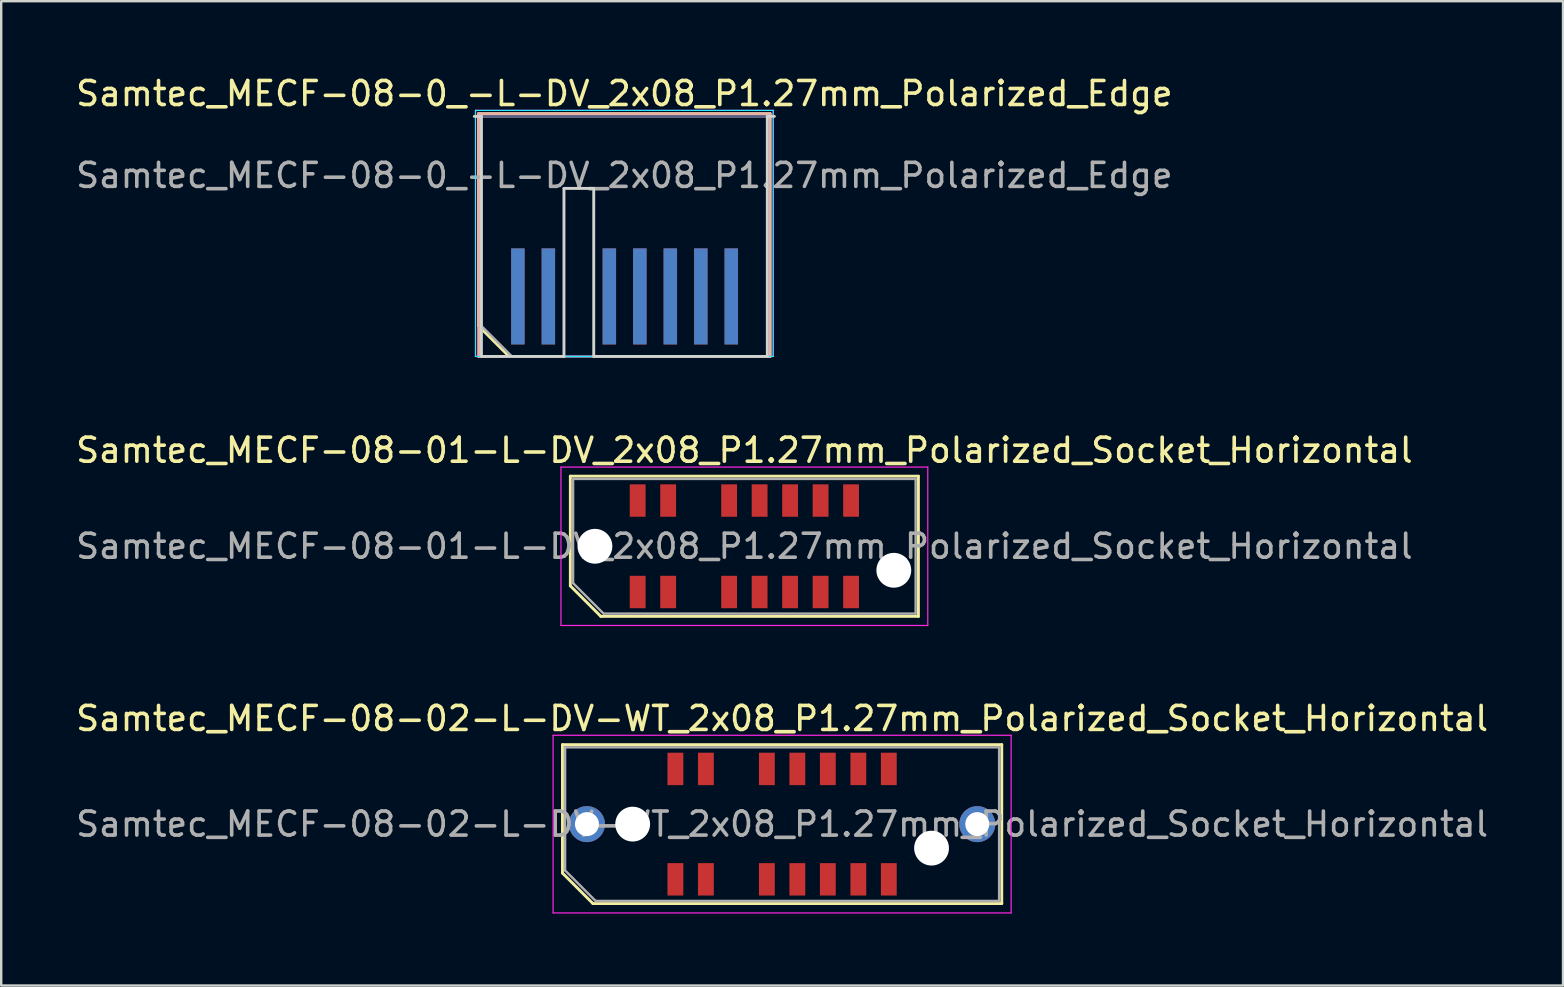
<source format=kicad_pcb>
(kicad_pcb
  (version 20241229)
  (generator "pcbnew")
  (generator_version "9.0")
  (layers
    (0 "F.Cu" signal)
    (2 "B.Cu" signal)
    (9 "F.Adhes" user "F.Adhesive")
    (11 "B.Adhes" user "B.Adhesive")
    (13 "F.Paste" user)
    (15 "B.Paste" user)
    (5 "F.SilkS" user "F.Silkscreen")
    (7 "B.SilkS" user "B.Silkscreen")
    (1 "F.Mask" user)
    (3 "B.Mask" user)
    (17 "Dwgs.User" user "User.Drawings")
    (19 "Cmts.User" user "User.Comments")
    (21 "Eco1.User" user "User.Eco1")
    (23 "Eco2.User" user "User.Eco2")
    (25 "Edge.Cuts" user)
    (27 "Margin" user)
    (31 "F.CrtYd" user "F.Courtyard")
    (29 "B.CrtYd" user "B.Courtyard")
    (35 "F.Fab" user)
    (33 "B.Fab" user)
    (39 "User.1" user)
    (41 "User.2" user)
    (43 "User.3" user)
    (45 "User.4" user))
  (footprint "Samtec_MECF-08-01-L-DV_2x08_P1.27mm_Polarized_Socket_Horizontal"
    (layer "F.Cu")
    (at 27.958 19.706)
    (property "Reference" "Samtec_MECF-08-01-L-DV_2x08_P1.27mm_Polarized_Socket_Horizontal" (at 0 -4 0) (layer "F.SilkS") (effects (font (size 1 1) (thickness 0.15))))
    (attr smd)
    (fp_line (start -7.25 -2.92) (end 7.25 -2.92) (stroke (width 0.12) (type solid)) (layer "F.SilkS"))
    (fp_line (start -7.25 1.65) (end -7.25 -2.92) (stroke (width 0.12) (type solid)) (layer "F.SilkS"))
    (fp_line (start -5.98 2.92) (end -7.25 1.65) (stroke (width 0.12) (type solid)) (layer "F.SilkS"))
    (fp_line (start -5.98 2.92) (end 7.25 2.92) (stroke (width 0.12) (type solid)) (layer "F.SilkS"))
    (fp_line (start 7.25 2.92) (end 7.25 -2.92) (stroke (width 0.12) (type solid)) (layer "F.SilkS"))
    (fp_line (start -7.64 -3.3) (end -7.64 3.3) (stroke (width 0.05) (type solid)) (layer "F.CrtYd"))
    (fp_line (start -7.64 3.3) (end 7.64 3.3) (stroke (width 0.05) (type solid)) (layer "F.CrtYd"))
    (fp_line (start 7.64 -3.3) (end -7.64 -3.3) (stroke (width 0.05) (type solid)) (layer "F.CrtYd"))
    (fp_line (start 7.64 3.3) (end 7.64 -3.3) (stroke (width 0.05) (type solid)) (layer "F.CrtYd"))
    (fp_line (start -7.135 -2.805) (end 7.135 -2.805) (stroke (width 0.1) (type solid)) (layer "F.Fab"))
    (fp_line (start -7.135 1.535) (end -7.135 -2.805) (stroke (width 0.1) (type solid)) (layer "F.Fab"))
    (fp_line (start -7.135 1.535) (end -5.865 2.805) (stroke (width 0.1) (type solid)) (layer "F.Fab"))
    (fp_line (start -5.865 2.805) (end 7.135 2.805) (stroke (width 0.1) (type solid)) (layer "F.Fab"))
    (fp_line (start 7.135 2.805) (end 7.135 -2.805) (stroke (width 0.1) (type solid)) (layer "F.Fab"))
    (fp_text user "${REFERENCE}" (at 0 0 0) (layer "F.Fab") (effects (font (size 1 1) (thickness 0.15))))
    (pad "" np_thru_hole circle (at -6.225 0) (size 1.45 1.45) (drill 1.45) (layers "*.Cu" "*.Mask"))
    (pad "" np_thru_hole circle (at 6.225 1) (size 1.45 1.45) (drill 1.45) (layers "*.Cu" "*.Mask"))
    (pad "1" smd rect (at -4.445 1.905) (size 0.66 1.35) (layers "F.Cu" "F.Mask" "F.Paste"))
    (pad "2" smd rect (at -4.445 -1.905) (size 0.66 1.35) (layers "F.Cu" "F.Mask" "F.Paste"))
    (pad "3" smd rect (at -3.175 1.905) (size 0.66 1.35) (layers "F.Cu" "F.Mask" "F.Paste"))
    (pad "4" smd rect (at -3.175 -1.905) (size 0.66 1.35) (layers "F.Cu" "F.Mask" "F.Paste"))
    (pad "7" smd rect (at -0.635 1.905) (size 0.66 1.35) (layers "F.Cu" "F.Mask" "F.Paste"))
    (pad "8" smd rect (at -0.635 -1.905) (size 0.66 1.35) (layers "F.Cu" "F.Mask" "F.Paste"))
    (pad "9" smd rect (at 0.635 1.905) (size 0.66 1.35) (layers "F.Cu" "F.Mask" "F.Paste"))
    (pad "10" smd rect (at 0.635 -1.905) (size 0.66 1.35) (layers "F.Cu" "F.Mask" "F.Paste"))
    (pad "11" smd rect (at 1.905 1.905) (size 0.66 1.35) (layers "F.Cu" "F.Mask" "F.Paste"))
    (pad "12" smd rect (at 1.905 -1.905) (size 0.66 1.35) (layers "F.Cu" "F.Mask" "F.Paste"))
    (pad "13" smd rect (at 3.175 1.905) (size 0.66 1.35) (layers "F.Cu" "F.Mask" "F.Paste"))
    (pad "14" smd rect (at 3.175 -1.905) (size 0.66 1.35) (layers "F.Cu" "F.Mask" "F.Paste"))
    (pad "15" smd rect (at 4.445 1.905) (size 0.66 1.35) (layers "F.Cu" "F.Mask" "F.Paste"))
    (pad "16" smd rect (at 4.445 -1.905) (size 0.66 1.35) (layers "F.Cu" "F.Mask" "F.Paste")))
  (footprint "Samtec_MECF-08-02-L-DV-WT_2x08_P1.27mm_Polarized_Socket_Horizontal"
    (layer "F.Cu")
    (at 29.53 31.28)
    (property "Reference" "Samtec_MECF-08-02-L-DV-WT_2x08_P1.27mm_Polarized_Socket_Horizontal" (at 0 -4.4 0) (layer "F.SilkS") (effects (font (size 1 1) (thickness 0.15))))
    (attr smd)
    (fp_line (start -9.15 -3.31) (end 9.15 -3.31) (stroke (width 0.12) (type solid)) (layer "F.SilkS"))
    (fp_line (start -9.15 2.04) (end -9.15 -3.31) (stroke (width 0.12) (type solid)) (layer "F.SilkS"))
    (fp_line (start -7.88 3.31) (end -9.15 2.04) (stroke (width 0.12) (type solid)) (layer "F.SilkS"))
    (fp_line (start -7.88 3.31) (end 9.15 3.31) (stroke (width 0.12) (type solid)) (layer "F.SilkS"))
    (fp_line (start 9.15 3.31) (end 9.15 -3.31) (stroke (width 0.12) (type solid)) (layer "F.SilkS"))
    (fp_line (start -9.54 -3.7) (end -9.54 3.7) (stroke (width 0.05) (type solid)) (layer "F.CrtYd"))
    (fp_line (start -9.54 3.7) (end 9.54 3.7) (stroke (width 0.05) (type solid)) (layer "F.CrtYd"))
    (fp_line (start 9.54 -3.7) (end -9.54 -3.7) (stroke (width 0.05) (type solid)) (layer "F.CrtYd"))
    (fp_line (start 9.54 3.7) (end 9.54 -3.7) (stroke (width 0.05) (type solid)) (layer "F.CrtYd"))
    (fp_line (start -9.04 -3.2) (end 9.04 -3.2) (stroke (width 0.1) (type solid)) (layer "F.Fab"))
    (fp_line (start -9.04 1.93) (end -9.04 -3.2) (stroke (width 0.1) (type solid)) (layer "F.Fab"))
    (fp_line (start -9.04 1.93) (end -7.77 3.2) (stroke (width 0.1) (type solid)) (layer "F.Fab"))
    (fp_line (start -7.77 3.2) (end 9.04 3.2) (stroke (width 0.1) (type solid)) (layer "F.Fab"))
    (fp_line (start 9.04 3.2) (end 9.04 -3.2) (stroke (width 0.1) (type solid)) (layer "F.Fab"))
    (fp_text user "${REFERENCE}" (at 0 0 0) (layer "F.Fab") (effects (font (size 1 1) (thickness 0.15))))
    (pad "" thru_hole circle (at -8.13 0) (size 1.5 1.5) (drill 1) (layers "*.Cu" "*.Mask"))
    (pad "" np_thru_hole circle (at -6.225 0) (size 1.45 1.45) (drill 1.45) (layers "*.Cu" "*.Mask"))
    (pad "" np_thru_hole circle (at 6.225 1) (size 1.45 1.45) (drill 1.45) (layers "*.Cu" "*.Mask"))
    (pad "" thru_hole circle (at 8.13 0) (size 1.5 1.5) (drill 1) (layers "*.Cu" "*.Mask"))
    (pad "1" smd rect (at -4.445 2.3) (size 0.66 1.35) (layers "F.Cu" "F.Mask" "F.Paste"))
    (pad "2" smd rect (at -4.445 -2.3) (size 0.66 1.35) (layers "F.Cu" "F.Mask" "F.Paste"))
    (pad "3" smd rect (at -3.175 2.3) (size 0.66 1.35) (layers "F.Cu" "F.Mask" "F.Paste"))
    (pad "4" smd rect (at -3.175 -2.3) (size 0.66 1.35) (layers "F.Cu" "F.Mask" "F.Paste"))
    (pad "7" smd rect (at -0.635 2.3) (size 0.66 1.35) (layers "F.Cu" "F.Mask" "F.Paste"))
    (pad "8" smd rect (at -0.635 -2.3) (size 0.66 1.35) (layers "F.Cu" "F.Mask" "F.Paste"))
    (pad "9" smd rect (at 0.635 2.3) (size 0.66 1.35) (layers "F.Cu" "F.Mask" "F.Paste"))
    (pad "10" smd rect (at 0.635 -2.3) (size 0.66 1.35) (layers "F.Cu" "F.Mask" "F.Paste"))
    (pad "11" smd rect (at 1.905 2.3) (size 0.66 1.35) (layers "F.Cu" "F.Mask" "F.Paste"))
    (pad "12" smd rect (at 1.905 -2.3) (size 0.66 1.35) (layers "F.Cu" "F.Mask" "F.Paste"))
    (pad "13" smd rect (at 3.175 2.3) (size 0.66 1.35) (layers "F.Cu" "F.Mask" "F.Paste"))
    (pad "14" smd rect (at 3.175 -2.3) (size 0.66 1.35) (layers "F.Cu" "F.Mask" "F.Paste"))
    (pad "15" smd rect (at 4.445 2.3) (size 0.66 1.35) (layers "F.Cu" "F.Mask" "F.Paste"))
    (pad "16" smd rect (at 4.445 -2.3) (size 0.66 1.35) (layers "F.Cu" "F.Mask" "F.Paste")))
  (footprint "Samtec_MECF-08-0_-L-DV_2x08_P1.27mm_Polarized_Edge"
    (layer "F.Cu")
    (at 22.958 6.798)
    (property "Reference" "Samtec_MECF-08-0_-L-DV_2x08_P1.27mm_Polarized_Edge" (at 0 -5.95 0) (layer "F.SilkS") (effects (font (size 1 1) (thickness 0.15))))
    (attr exclude_from_pos_files exclude_from_bom)
    (fp_line (start -6.07 -5.11) (end 6.07 -5.11) (stroke (width 0.12) (type solid)) (layer "F.SilkS"))
    (fp_line (start -6.07 3.73) (end -6.07 -5.11) (stroke (width 0.12) (type solid)) (layer "F.SilkS"))
    (fp_line (start -4.8 5) (end -6.07 3.73) (stroke (width 0.12) (type solid)) (layer "F.SilkS"))
    (fp_line (start -4.8 5) (end 6.07 5) (stroke (width 0.12) (type solid)) (layer "F.SilkS"))
    (fp_line (start 6.07 5) (end 6.07 -5.11) (stroke (width 0.12) (type solid)) (layer "F.SilkS"))
    (fp_line (start -6.07 -5.11) (end 6.07 -5.11) (stroke (width 0.12) (type solid)) (layer "B.SilkS"))
    (fp_line (start -6.07 5) (end -6.07 -5.11) (stroke (width 0.12) (type solid)) (layer "B.SilkS"))
    (fp_line (start -6.07 5) (end 6.07 5) (stroke (width 0.12) (type solid)) (layer "B.SilkS"))
    (fp_line (start 6.07 5) (end 6.07 -5.11) (stroke (width 0.12) (type solid)) (layer "B.SilkS"))
    (fp_line (start -6.25 -5) (end -5.955 -5) (stroke (width 0.12) (type solid)) (layer "Edge.Cuts"))
    (fp_line (start -5.955 5) (end -5.955 -5) (stroke (width 0.12) (type solid)) (layer "Edge.Cuts"))
    (fp_line (start -5.955 5) (end -2.515 5) (stroke (width 0.12) (type solid)) (layer "Edge.Cuts"))
    (fp_line (start -2.515 -2) (end -1.275 -2) (stroke (width 0.12) (type solid)) (layer "Edge.Cuts"))
    (fp_line (start -2.515 5) (end -2.515 -2) (stroke (width 0.12) (type solid)) (layer "Edge.Cuts"))
    (fp_line (start -1.275 5) (end -1.275 -2) (stroke (width 0.12) (type solid)) (layer "Edge.Cuts"))
    (fp_line (start -1.275 5) (end 5.955 5) (stroke (width 0.12) (type solid)) (layer "Edge.Cuts"))
    (fp_line (start 5.955 5) (end 5.955 -5) (stroke (width 0.12) (type solid)) (layer "Edge.Cuts"))
    (fp_line (start 6.25 -5) (end 5.955 -5) (stroke (width 0.12) (type solid)) (layer "Edge.Cuts"))
    (fp_line (start -6.2 -5.25) (end -6.2 5) (stroke (width 0.05) (type solid)) (layer "B.CrtYd"))
    (fp_line (start -6.2 5) (end 6.2 5) (stroke (width 0.05) (type solid)) (layer "B.CrtYd"))
    (fp_line (start 6.2 -5.25) (end -6.2 -5.25) (stroke (width 0.05) (type solid)) (layer "B.CrtYd"))
    (fp_line (start 6.2 5) (end 6.2 -5.25) (stroke (width 0.05) (type solid)) (layer "B.CrtYd"))
    (fp_line (start -6.2 -5.25) (end -6.2 5) (stroke (width 0.05) (type solid)) (layer "F.CrtYd"))
    (fp_line (start -6.2 5) (end 6.2 5) (stroke (width 0.05) (type solid)) (layer "F.CrtYd"))
    (fp_line (start 6.2 -5.25) (end -6.2 -5.25) (stroke (width 0.05) (type solid)) (layer "F.CrtYd"))
    (fp_line (start 6.2 5) (end 6.2 -5.25) (stroke (width 0.05) (type solid)) (layer "F.CrtYd"))
    (fp_line (start -5.955 -5) (end 5.955 -5) (stroke (width 0.1) (type solid)) (layer "B.Fab"))
    (fp_line (start -5.955 5) (end -5.955 -5) (stroke (width 0.1) (type solid)) (layer "B.Fab"))
    (fp_line (start -5.955 5) (end 5.955 5) (stroke (width 0.1) (type solid)) (layer "B.Fab"))
    (fp_line (start 5.955 5) (end 5.955 -5) (stroke (width 0.1) (type solid)) (layer "B.Fab"))
    (fp_line (start -5.955 -5) (end 5.955 -5) (stroke (width 0.1) (type solid)) (layer "F.Fab"))
    (fp_line (start -5.955 3.73) (end -5.955 -5) (stroke (width 0.1) (type solid)) (layer "F.Fab"))
    (fp_line (start -5.955 3.73) (end -4.685 5) (stroke (width 0.1) (type solid)) (layer "F.Fab"))
    (fp_line (start -4.685 5) (end 5.955 5) (stroke (width 0.1) (type solid)) (layer "F.Fab"))
    (fp_line (start 5.955 5) (end 5.955 -5) (stroke (width 0.1) (type solid)) (layer "F.Fab"))
    (fp_text user "${REFERENCE}" (at 0 -2.54 0) (layer "F.Fab") (effects (font (size 1 1) (thickness 0.15))))
    (pad "1" connect rect (at -4.435 2.5) (size 0.56 4) (layers "F.Cu" "F.Mask"))
    (pad "2" connect rect (at -4.435 2.5) (size 0.56 4) (layers "B.Cu" "B.Mask"))
    (pad "3" connect rect (at -3.165 2.5) (size 0.56 4) (layers "F.Cu" "F.Mask"))
    (pad "4" connect rect (at -3.165 2.5) (size 0.56 4) (layers "B.Cu" "B.Mask"))
    (pad "7" connect rect (at -0.625 2.5) (size 0.56 4) (layers "F.Cu" "F.Mask"))
    (pad "8" connect rect (at -0.625 2.5) (size 0.56 4) (layers "B.Cu" "B.Mask"))
    (pad "9" connect rect (at 0.645 2.5) (size 0.56 4) (layers "F.Cu" "F.Mask"))
    (pad "10" connect rect (at 0.645 2.5) (size 0.56 4) (layers "B.Cu" "B.Mask"))
    (pad "11" connect rect (at 1.915 2.5) (size 0.56 4) (layers "F.Cu" "F.Mask"))
    (pad "12" connect rect (at 1.915 2.5) (size 0.56 4) (layers "B.Cu" "B.Mask"))
    (pad "13" connect rect (at 3.185 2.5) (size 0.56 4) (layers "F.Cu" "F.Mask"))
    (pad "14" connect rect (at 3.185 2.5) (size 0.56 4) (layers "B.Cu" "B.Mask"))
    (pad "15" connect rect (at 4.455 2.5) (size 0.56 4) (layers "F.Cu" "F.Mask"))
    (pad "16" connect rect (at 4.455 2.5) (size 0.56 4) (layers "B.Cu" "B.Mask")))
  (gr_rect
    (start -3 -3)
    (end 62.06 38.005)
    (stroke (width 0.1) (type default))
    (fill no)
    (layer "Edge.Cuts")))
</source>
